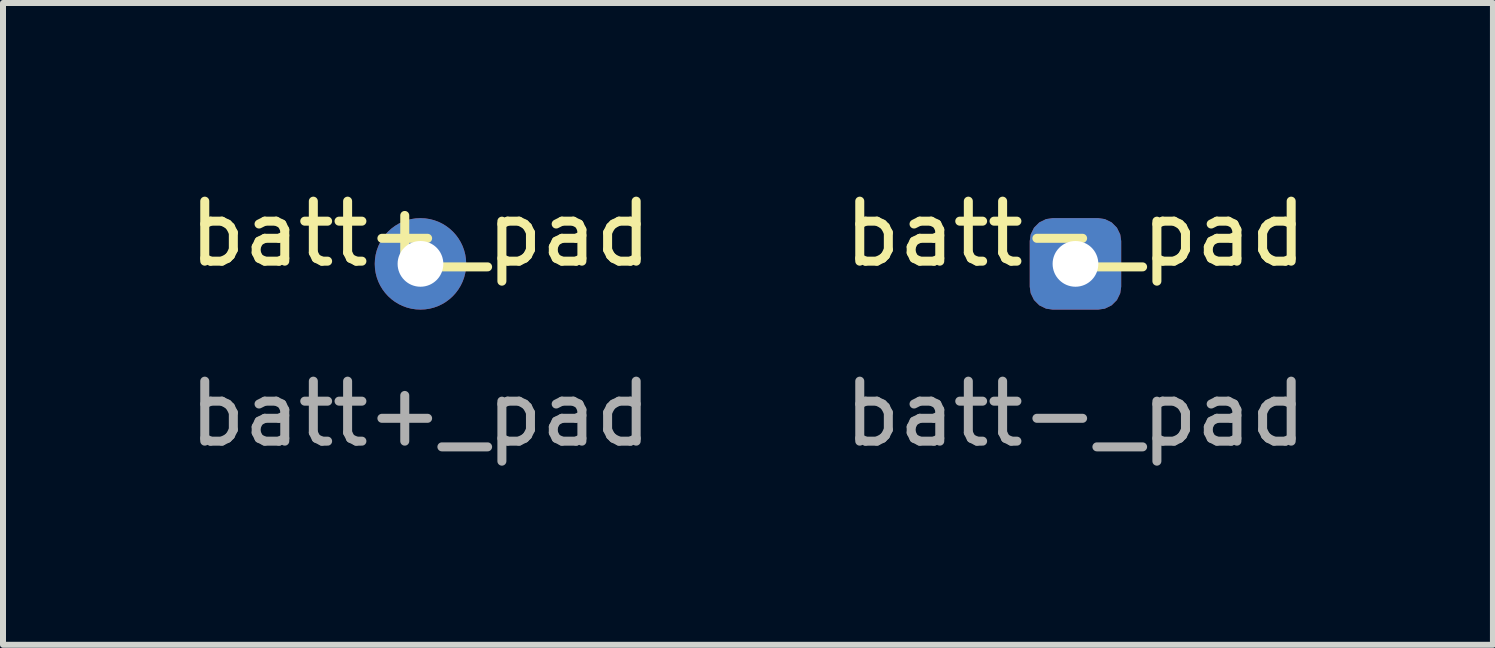
<source format=kicad_pcb>
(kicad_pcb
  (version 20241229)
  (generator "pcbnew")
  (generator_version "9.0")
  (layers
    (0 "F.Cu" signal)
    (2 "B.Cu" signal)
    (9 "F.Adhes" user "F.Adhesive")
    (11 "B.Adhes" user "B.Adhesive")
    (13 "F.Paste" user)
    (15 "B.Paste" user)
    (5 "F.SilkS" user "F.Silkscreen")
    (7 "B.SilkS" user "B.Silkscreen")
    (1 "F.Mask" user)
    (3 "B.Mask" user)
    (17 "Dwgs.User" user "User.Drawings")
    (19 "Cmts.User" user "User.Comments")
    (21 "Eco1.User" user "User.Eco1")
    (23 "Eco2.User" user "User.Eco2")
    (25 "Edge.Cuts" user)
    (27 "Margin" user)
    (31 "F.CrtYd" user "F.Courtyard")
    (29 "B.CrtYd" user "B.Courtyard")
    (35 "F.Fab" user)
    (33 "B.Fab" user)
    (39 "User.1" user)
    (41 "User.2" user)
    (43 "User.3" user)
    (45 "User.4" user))
  (footprint "batt-_pad"
    (layer "F.Cu")
    (at 14.875 1.348)
    (property "Reference" "batt-_pad" (at 0 -0.5 0) (unlocked yes) (layer "F.SilkS") (effects (font (size 1 1) (thickness 0.15))))
    (attr through_hole)
    (fp_text user "${REFERENCE}" (at 0 2.5 0) (unlocked yes) (layer "F.Fab") (effects (font (size 1 1) (thickness 0.15))))
    (pad "1" thru_hole roundrect (at 0 0) (size 1.524 1.524) (drill 0.762) (layers "*.Cu" "*.Mask") (roundrect_rratio 0.25)))
  (footprint "batt+_pad"
    (layer "F.Cu")
    (at 3.958 1.348)
    (property "Reference" "batt+_pad" (at 0 -0.5 0) (unlocked yes) (layer "F.SilkS") (effects (font (size 1 1) (thickness 0.15))))
    (attr through_hole)
    (fp_text user "${REFERENCE}" (at 0 2.5 0) (unlocked yes) (layer "F.Fab") (effects (font (size 1 1) (thickness 0.15))))
    (pad "1" thru_hole circle (at 0 0) (size 1.524 1.524) (drill 0.762) (layers "*.Cu" "*.Mask")))
  (gr_rect
    (start -3 -3)
    (end 21.833 7.697)
    (stroke (width 0.1) (type default))
    (fill no)
    (layer "Edge.Cuts")))
</source>
